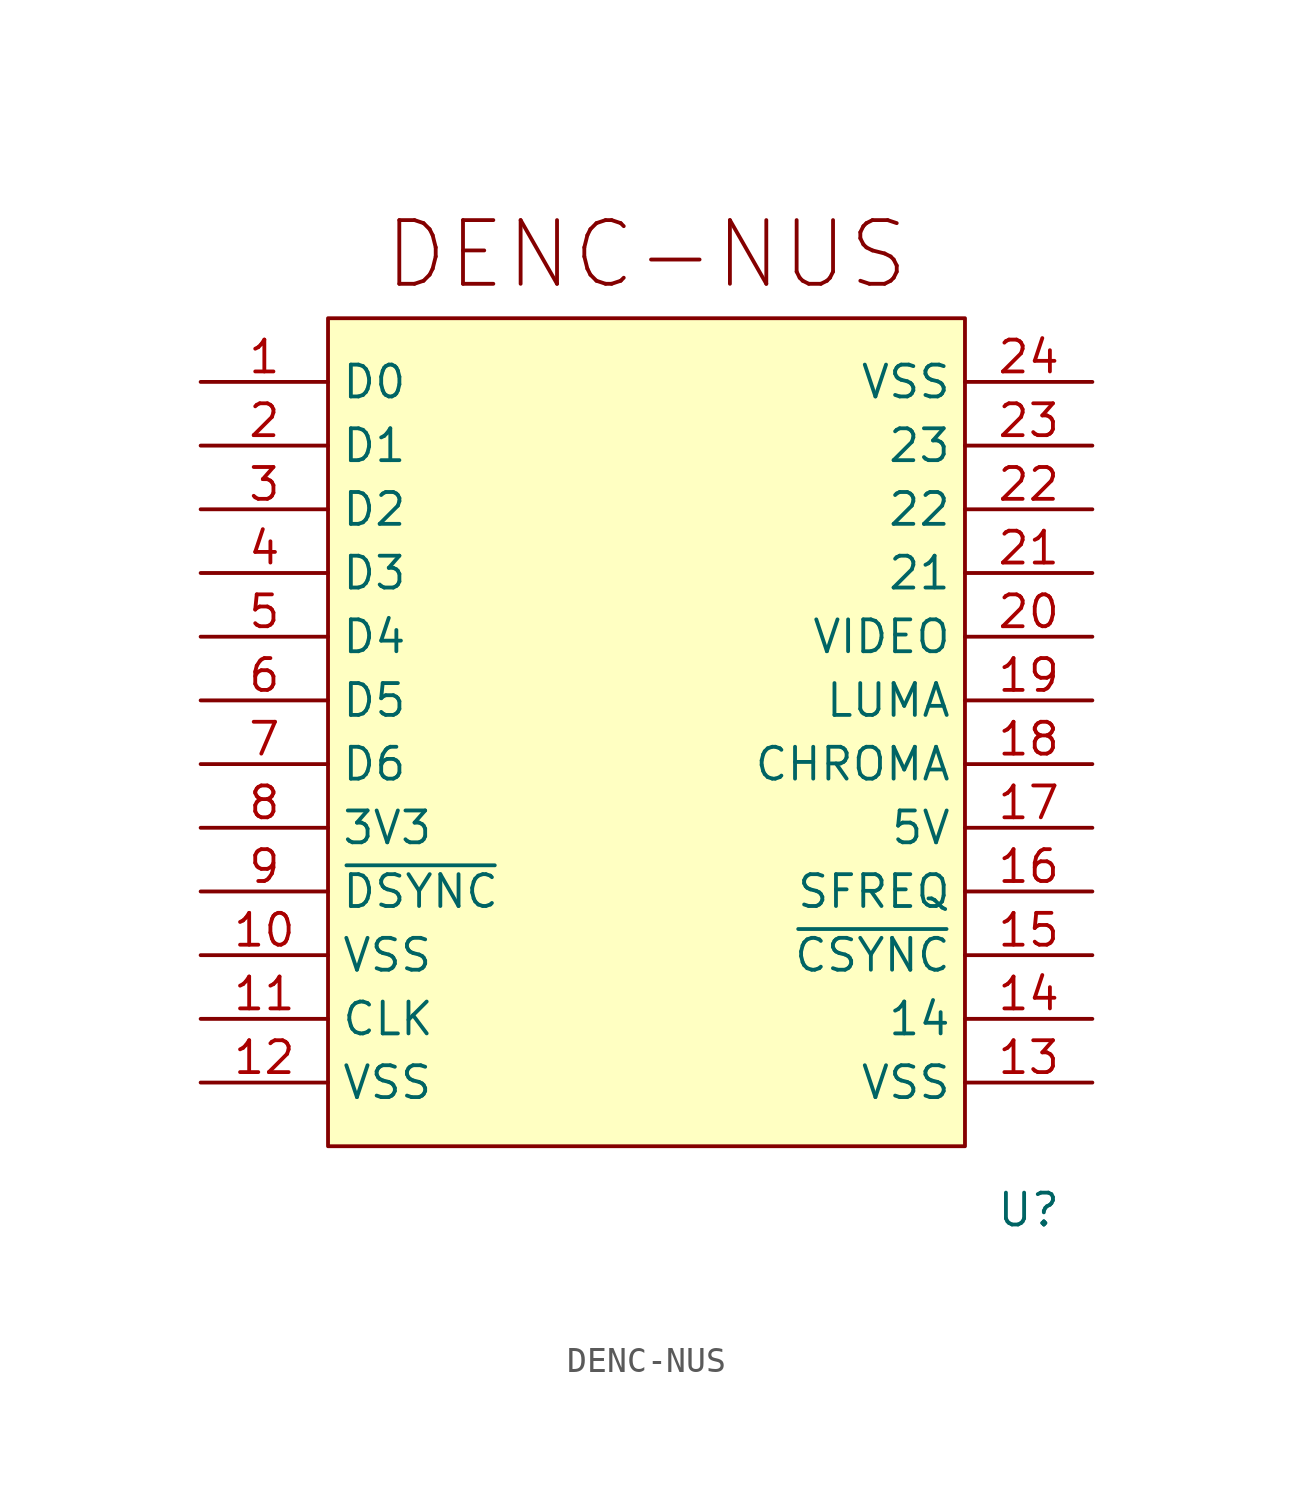
<source format=kicad_sym>
(kicad_symbol_lib
  (version 20220914)
  (generator kicad_symbol_editor)
  (symbol "DENC-NUS"
    (property "Reference" "U"
      (at 0 0 0)
      (effects (font (size 1.27 1.27))))
    (property "Value" ""
      (at -27.94 35.56 0)
      (effects (font (size 1.27 1.27))))
    (symbol "DENC-NUS_1_1"
      (rectangle (start -27.94 35.56) (end -2.54 2.54) (stroke (width 0) (type default)) (fill (type background)))
      (text "DENC-NUS" (at -15.24 38.1 0) (effects (font (size 2.54 2.54))))
      (pin bidirectional line (at -33.02 33.02 0) (length 5.08) (name "D0" (effects (font (size 1.27 1.27)))) (number "1" (effects (font (size 1.27 1.27)))))
      (pin power_in line (at -33.02 10.16 0) (length 5.08) (name "VSS" (effects (font (size 1.27 1.27)))) (number "10" (effects (font (size 1.27 1.27)))))
      (pin bidirectional line (at -33.02 7.62 0) (length 5.08) (name "CLK" (effects (font (size 1.27 1.27)))) (number "11" (effects (font (size 1.27 1.27)))))
      (pin power_in line (at -33.02 5.08 0) (length 5.08) (name "VSS" (effects (font (size 1.27 1.27)))) (number "12" (effects (font (size 1.27 1.27)))))
      (pin power_in line (at 2.54 5.08 180) (length 5.08) (name "VSS" (effects (font (size 1.27 1.27)))) (number "13" (effects (font (size 1.27 1.27)))))
      (pin bidirectional line (at 2.54 7.62 180) (length 5.08) (name "14" (effects (font (size 1.27 1.27)))) (number "14" (effects (font (size 1.27 1.27)))))
      (pin bidirectional line (at 2.54 10.16 180) (length 5.08) (name "~{CSYNC}" (effects (font (size 1.27 1.27)))) (number "15" (effects (font (size 1.27 1.27)))))
      (pin bidirectional line (at 2.54 12.7 180) (length 5.08) (name "SFREQ" (effects (font (size 1.27 1.27)))) (number "16" (effects (font (size 1.27 1.27)))))
      (pin power_in line (at 2.54 15.24 180) (length 5.08) (name "5V" (effects (font (size 1.27 1.27)))) (number "17" (effects (font (size 1.27 1.27)))))
      (pin bidirectional line (at 2.54 17.78 180) (length 5.08) (name "CHROMA" (effects (font (size 1.27 1.27)))) (number "18" (effects (font (size 1.27 1.27)))))
      (pin bidirectional line (at 2.54 20.32 180) (length 5.08) (name "LUMA" (effects (font (size 1.27 1.27)))) (number "19" (effects (font (size 1.27 1.27)))))
      (pin bidirectional line (at -33.02 30.48 0) (length 5.08) (name "D1" (effects (font (size 1.27 1.27)))) (number "2" (effects (font (size 1.27 1.27)))))
      (pin bidirectional line (at 2.54 22.86 180) (length 5.08) (name "VIDEO" (effects (font (size 1.27 1.27)))) (number "20" (effects (font (size 1.27 1.27)))))
      (pin bidirectional line (at 2.54 25.4 180) (length 5.08) (name "21" (effects (font (size 1.27 1.27)))) (number "21" (effects (font (size 1.27 1.27)))))
      (pin bidirectional line (at 2.54 27.94 180) (length 5.08) (name "22" (effects (font (size 1.27 1.27)))) (number "22" (effects (font (size 1.27 1.27)))))
      (pin bidirectional line (at 2.54 30.48 180) (length 5.08) (name "23" (effects (font (size 1.27 1.27)))) (number "23" (effects (font (size 1.27 1.27)))))
      (pin power_in line (at 2.54 33.02 180) (length 5.08) (name "VSS" (effects (font (size 1.27 1.27)))) (number "24" (effects (font (size 1.27 1.27)))))
      (pin bidirectional line (at -33.02 27.94 0) (length 5.08) (name "D2" (effects (font (size 1.27 1.27)))) (number "3" (effects (font (size 1.27 1.27)))))
      (pin bidirectional line (at -33.02 25.4 0) (length 5.08) (name "D3" (effects (font (size 1.27 1.27)))) (number "4" (effects (font (size 1.27 1.27)))))
      (pin bidirectional line (at -33.02 22.86 0) (length 5.08) (name "D4" (effects (font (size 1.27 1.27)))) (number "5" (effects (font (size 1.27 1.27)))))
      (pin bidirectional line (at -33.02 20.32 0) (length 5.08) (name "D5" (effects (font (size 1.27 1.27)))) (number "6" (effects (font (size 1.27 1.27)))))
      (pin bidirectional line (at -33.02 17.78 0) (length 5.08) (name "D6" (effects (font (size 1.27 1.27)))) (number "7" (effects (font (size 1.27 1.27)))))
      (pin power_in line (at -33.02 15.24 0) (length 5.08) (name "3V3" (effects (font (size 1.27 1.27)))) (number "8" (effects (font (size 1.27 1.27)))))
      (pin bidirectional line (at -33.02 12.7 0) (length 5.08) (name "~{DSYNC}" (effects (font (size 1.27 1.27)))) (number "9" (effects (font (size 1.27 1.27))))))))
</source>
